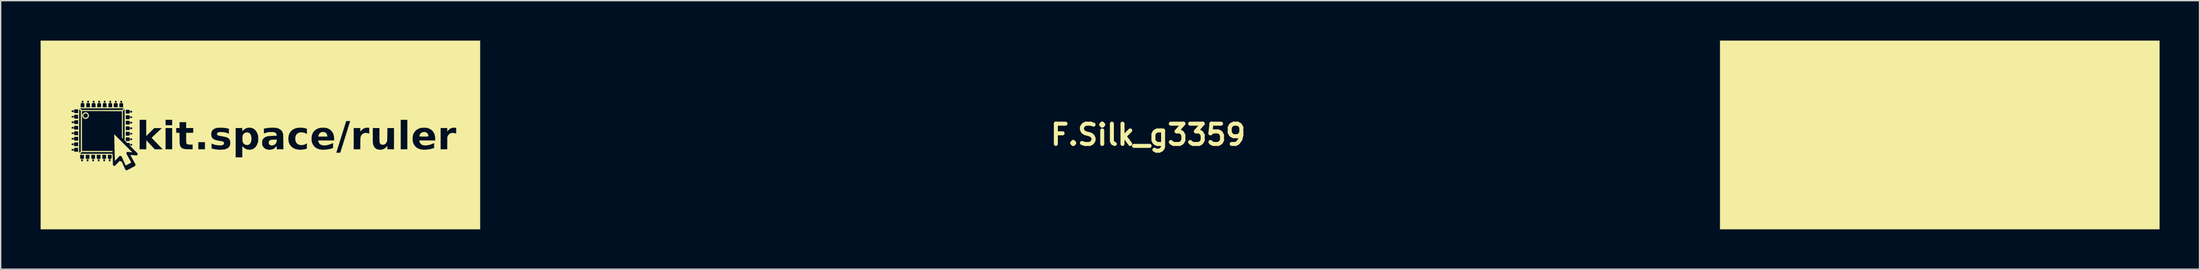
<source format=kicad_pcb>
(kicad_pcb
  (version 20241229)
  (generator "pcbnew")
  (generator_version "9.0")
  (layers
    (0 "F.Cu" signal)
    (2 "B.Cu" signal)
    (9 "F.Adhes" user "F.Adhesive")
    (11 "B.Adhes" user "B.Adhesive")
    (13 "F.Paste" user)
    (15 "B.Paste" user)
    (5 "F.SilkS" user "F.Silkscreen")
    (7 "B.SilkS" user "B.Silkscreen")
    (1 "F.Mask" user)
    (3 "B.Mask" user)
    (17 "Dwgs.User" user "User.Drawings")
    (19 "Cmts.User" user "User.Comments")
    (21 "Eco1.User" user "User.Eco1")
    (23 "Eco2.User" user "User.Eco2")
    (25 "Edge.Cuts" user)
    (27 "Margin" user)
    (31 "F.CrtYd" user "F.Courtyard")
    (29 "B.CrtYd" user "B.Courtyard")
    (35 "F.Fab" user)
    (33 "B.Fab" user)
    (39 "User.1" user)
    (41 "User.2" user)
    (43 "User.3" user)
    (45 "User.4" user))
  (footprint "F.Silk_g3359"
    (layer "F.Cu")
    (at 83.19 7.079)
    (property "Reference" "F.Silk_g3359" (at 0 0 0) (layer "F.SilkS") (effects (font (size 1.524 1.524) (thickness 0.3))))
    (attr through_hole)
    (fp_poly (pts (xy 75.971 7.099) (xy 42.964 7.099) (xy 42.964 -7.074) (xy 75.971 -7.074) (xy 75.971 7.099)) (stroke (width 0.01) (type solid)) (fill yes) (layer "F.SilkS"))
    (fp_poly (pts (xy -61.935 -0.201) (xy -61.875 -0.194) (xy -61.839 -0.183) (xy -61.77 -0.141) (xy -61.715 -0.081) (xy -61.678 -0.005) (xy -61.662 0.064) (xy -61.655 0.127) (xy -62.319 0.127) (xy -62.319 0.091) (xy -62.311 0.05) (xy -62.29 -0.001) (xy -62.262 -0.054) (xy -62.229 -0.101) (xy -62.198 -0.133) (xy -62.158 -0.159) (xy -62.116 -0.182) (xy -62.11 -0.185) (xy -62.062 -0.197) (xy -62.001 -0.202) (xy -61.935 -0.201)) (stroke (width 0.01) (type solid)) (fill yes) (layer "F.SilkS"))
    (fp_poly (pts (xy -65.461 0.453) (xy -65.481 0.553) (xy -65.52 0.639) (xy -65.576 0.707) (xy -65.648 0.757) (xy -65.733 0.787) (xy -65.783 0.794) (xy -65.832 0.794) (xy -65.879 0.79) (xy -65.9 0.786) (xy -65.969 0.754) (xy -66.017 0.708) (xy -66.045 0.646) (xy -66.053 0.58) (xy -66.041 0.515) (xy -66.006 0.46) (xy -65.948 0.415) (xy -65.932 0.406) (xy -65.906 0.394) (xy -65.881 0.386) (xy -65.852 0.38) (xy -65.814 0.376) (xy -65.761 0.373) (xy -65.69 0.371) (xy -65.66 0.37) (xy -65.452 0.366) (xy -65.461 0.453)) (stroke (width 0.01) (type solid)) (fill yes) (layer "F.SilkS"))
    (fp_poly (pts (xy -67.666 -0.174) (xy -67.577 -0.155) (xy -67.502 -0.116) (xy -67.443 -0.056) (xy -67.399 0.023) (xy -67.37 0.123) (xy -67.357 0.243) (xy -67.356 0.292) (xy -67.364 0.416) (xy -67.387 0.523) (xy -67.424 0.612) (xy -67.476 0.681) (xy -67.542 0.731) (xy -67.557 0.738) (xy -67.626 0.758) (xy -67.705 0.762) (xy -67.785 0.75) (xy -67.839 0.731) (xy -67.908 0.686) (xy -67.962 0.62) (xy -68.004 0.532) (xy -68.005 0.529) (xy -68.017 0.477) (xy -68.025 0.406) (xy -68.029 0.325) (xy -68.028 0.242) (xy -68.024 0.162) (xy -68.015 0.095) (xy -68.004 0.054) (xy -67.963 -0.029) (xy -67.906 -0.096) (xy -67.835 -0.144) (xy -67.754 -0.17) (xy -67.666 -0.174) (xy -67.666 -0.174)) (stroke (width 0.01) (type solid)) (fill yes) (layer "F.SilkS"))
    (fp_poly (pts (xy -54.313 -0.201) (xy -54.241 -0.18) (xy -54.228 -0.174) (xy -54.164 -0.127) (xy -54.113 -0.062) (xy -54.08 0.012) (xy -54.077 0.025) (xy -54.069 0.055) (xy -54.065 0.079) (xy -54.067 0.097) (xy -54.076 0.109) (xy -54.097 0.118) (xy -54.132 0.123) (xy -54.182 0.126) (xy -54.252 0.127) (xy -54.343 0.127) (xy -54.399 0.127) (xy -54.487 0.127) (xy -54.567 0.125) (xy -54.634 0.124) (xy -54.686 0.121) (xy -54.719 0.118) (xy -54.73 0.116) (xy -54.731 0.094) (xy -54.723 0.057) (xy -54.706 0.012) (xy -54.685 -0.033) (xy -54.661 -0.072) (xy -54.657 -0.078) (xy -54.618 -0.119) (xy -54.568 -0.156) (xy -54.548 -0.168) (xy -54.475 -0.194) (xy -54.394 -0.205) (xy -54.313 -0.201)) (stroke (width 0.01) (type solid)) (fill yes) (layer "F.SilkS"))
    (fp_poly (pts (xy -79.741 -1.677) (xy -79.677 -1.645) (xy -79.624 -1.597) (xy -79.589 -1.544) (xy -79.569 -1.471) (xy -79.57 -1.4) (xy -79.591 -1.335) (xy -79.629 -1.278) (xy -79.68 -1.234) (xy -79.742 -1.205) (xy -79.812 -1.195) (xy -79.884 -1.206) (xy -79.949 -1.238) (xy -80.001 -1.289) (xy -80.036 -1.354) (xy -80.051 -1.428) (xy -80.052 -1.44) (xy -80.05 -1.455) (xy -79.983 -1.455) (xy -79.978 -1.394) (xy -79.954 -1.342) (xy -79.911 -1.301) (xy -79.854 -1.276) (xy -79.804 -1.27) (xy -79.759 -1.274) (xy -79.725 -1.289) (xy -79.699 -1.309) (xy -79.658 -1.36) (xy -79.639 -1.415) (xy -79.639 -1.472) (xy -79.657 -1.524) (xy -79.692 -1.568) (xy -79.742 -1.599) (xy -79.805 -1.613) (xy -79.814 -1.613) (xy -79.873 -1.601) (xy -79.924 -1.57) (xy -79.962 -1.524) (xy -79.964 -1.519) (xy -79.983 -1.455) (xy -80.05 -1.455) (xy -80.043 -1.511) (xy -80.015 -1.57) (xy -79.967 -1.623) (xy -79.918 -1.656) (xy -79.862 -1.679) (xy -79.809 -1.689) (xy -79.807 -1.689) (xy -79.741 -1.677)) (stroke (width 0.01) (type solid)) (fill yes) (layer "F.SilkS"))
    (fp_poly (pts (xy -77.648 -0.012) (xy -77.622 0.013) (xy -77.581 0.053) (xy -77.526 0.107) (xy -77.459 0.173) (xy -77.381 0.25) (xy -77.293 0.337) (xy -77.197 0.432) (xy -77.094 0.533) (xy -76.986 0.641) (xy -76.983 0.644) (xy -76.312 1.311) (xy -76.424 1.303) (xy -76.488 1.298) (xy -76.553 1.293) (xy -76.607 1.288) (xy -76.615 1.287) (xy -76.693 1.28) (xy -76.726 1.329) (xy -76.746 1.362) (xy -76.757 1.389) (xy -76.759 1.396) (xy -76.753 1.411) (xy -76.736 1.446) (xy -76.709 1.496) (xy -76.675 1.56) (xy -76.634 1.635) (xy -76.588 1.717) (xy -76.575 1.741) (xy -76.528 1.824) (xy -76.486 1.901) (xy -76.449 1.967) (xy -76.42 2.021) (xy -76.4 2.059) (xy -76.391 2.079) (xy -76.391 2.081) (xy -76.401 2.09) (xy -76.43 2.108) (xy -76.473 2.133) (xy -76.525 2.162) (xy -76.583 2.194) (xy -76.641 2.225) (xy -76.695 2.253) (xy -76.742 2.276) (xy -76.777 2.292) (xy -76.794 2.299) (xy -76.795 2.299) (xy -76.802 2.288) (xy -76.819 2.256) (xy -76.843 2.207) (xy -76.873 2.143) (xy -76.907 2.067) (xy -76.945 1.983) (xy -76.955 1.959) (xy -76.994 1.872) (xy -77.03 1.792) (xy -77.061 1.722) (xy -77.088 1.666) (xy -77.107 1.626) (xy -77.118 1.606) (xy -77.119 1.604) (xy -77.14 1.594) (xy -77.175 1.585) (xy -77.191 1.583) (xy -77.248 1.576) (xy -77.419 1.759) (xy -77.472 1.815) (xy -77.52 1.864) (xy -77.559 1.903) (xy -77.586 1.93) (xy -77.6 1.942) (xy -77.6 1.942) (xy -77.605 1.931) (xy -77.608 1.901) (xy -77.61 1.857) (xy -77.61 1.851) (xy -77.61 1.823) (xy -77.611 1.772) (xy -77.613 1.7) (xy -77.615 1.609) (xy -77.618 1.503) (xy -77.621 1.383) (xy -77.625 1.251) (xy -77.628 1.11) (xy -77.633 0.963) (xy -77.635 0.871) (xy -77.639 0.723) (xy -77.643 0.583) (xy -77.647 0.453) (xy -77.65 0.334) (xy -77.652 0.229) (xy -77.654 0.139) (xy -77.656 0.068) (xy -77.657 0.016) (xy -77.657 -0.013) (xy -77.657 -0.02) (xy -77.648 -0.012)) (stroke (width 0.01) (type solid)) (fill yes) (layer "F.SilkS"))
    (fp_poly (pts (xy -50.178 7.099) (xy -83.185 7.099) (xy -83.185 1.901) (xy -80.147 1.901) (xy -80.142 1.951) (xy -80.122 1.987) (xy -80.089 2.004) (xy -80.049 2) (xy -80.035 1.993) (xy -80.02 1.98) (xy -80.012 1.956) (xy -80.01 1.915) (xy -80.01 1.91) (xy -80.01 1.841) (xy -79.731 1.841) (xy -79.731 1.904) (xy -79.728 1.946) (xy -79.719 1.971) (xy -79.702 1.987) (xy -79.677 2.002) (xy -79.661 2.007) (xy -79.641 2) (xy -79.619 1.987) (xy -79.601 1.969) (xy -79.593 1.942) (xy -79.591 1.91) (xy -79.311 1.91) (xy -79.309 1.955) (xy -79.301 1.981) (xy -79.289 1.993) (xy -79.248 2.005) (xy -79.211 1.993) (xy -79.197 1.981) (xy -79.178 1.953) (xy -79.174 1.916) (xy -79.174 1.901) (xy -79.178 1.848) (xy -79.288 1.841) (xy -78.892 1.841) (xy -78.892 1.911) (xy -78.89 1.956) (xy -78.882 1.982) (xy -78.87 1.993) (xy -78.833 2.005) (xy -78.795 1.996) (xy -78.79 1.993) (xy -78.775 1.98) (xy -78.768 1.956) (xy -78.765 1.914) (xy -78.765 1.911) (xy -78.765 1.841) (xy -78.486 1.841) (xy -78.486 1.904) (xy -78.483 1.946) (xy -78.474 1.971) (xy -78.458 1.987) (xy -78.432 2.002) (xy -78.416 2.007) (xy -78.396 2) (xy -78.375 1.987) (xy -78.357 1.969) (xy -78.348 1.942) (xy -78.346 1.904) (xy -78.346 1.841) (xy -78.067 1.841) (xy -78.067 1.911) (xy -78.065 1.956) (xy -78.056 1.982) (xy -78.045 1.993) (xy -78.004 2.005) (xy -77.966 1.993) (xy -77.953 1.981) (xy -77.933 1.949) (xy -77.927 1.9) (xy -77.927 1.899) (xy -77.927 1.841) (xy -78.067 1.841) (xy -78.346 1.841) (xy -78.486 1.841) (xy -78.765 1.841) (xy -78.892 1.841) (xy -79.288 1.841) (xy -79.311 1.84) (xy -79.311 1.91) (xy -79.591 1.91) (xy -79.591 1.904) (xy -79.591 1.841) (xy -79.731 1.841) (xy -80.01 1.841) (xy -80.01 1.84) (xy -80.143 1.848) (xy -80.147 1.901) (xy -83.185 1.901) (xy -83.185 1.636) (xy -80.226 1.636) (xy -80.225 1.699) (xy -80.223 1.742) (xy -80.218 1.769) (xy -80.21 1.786) (xy -80.204 1.793) (xy -80.18 1.811) (xy -80.154 1.822) (xy -80.119 1.825) (xy -80.067 1.824) (xy -80.055 1.824) (xy -80.005 1.82) (xy -79.974 1.813) (xy -79.953 1.801) (xy -79.944 1.79) (xy -79.933 1.773) (xy -79.926 1.751) (xy -79.923 1.717) (xy -79.923 1.666) (xy -79.924 1.633) (xy -79.927 1.505) (xy -80.077 1.501) (xy -80.192 1.499) (xy -79.807 1.499) (xy -79.807 1.643) (xy -79.806 1.71) (xy -79.803 1.756) (xy -79.797 1.786) (xy -79.785 1.804) (xy -79.767 1.815) (xy -79.75 1.82) (xy -79.717 1.825) (xy -79.672 1.825) (xy -79.623 1.822) (xy -79.578 1.816) (xy -79.544 1.809) (xy -79.534 1.804) (xy -79.525 1.791) (xy -79.519 1.767) (xy -79.516 1.727) (xy -79.515 1.668) (xy -79.515 1.643) (xy -79.515 1.499) (xy -79.388 1.499) (xy -79.388 1.643) (xy -79.387 1.715) (xy -79.382 1.766) (xy -79.369 1.799) (xy -79.346 1.817) (xy -79.308 1.825) (xy -79.254 1.825) (xy -79.226 1.824) (xy -79.17 1.819) (xy -79.134 1.806) (xy -79.122 1.798) (xy -79.11 1.785) (xy -79.102 1.767) (xy -79.098 1.74) (xy -79.096 1.698) (xy -79.096 1.636) (xy -79.096 1.636) (xy -78.981 1.636) (xy -78.981 1.699) (xy -78.978 1.742) (xy -78.974 1.769) (xy -78.966 1.786) (xy -78.959 1.793) (xy -78.935 1.811) (xy -78.909 1.822) (xy -78.874 1.825) (xy -78.822 1.824) (xy -78.811 1.824) (xy -78.761 1.82) (xy -78.729 1.813) (xy -78.709 1.801) (xy -78.699 1.79) (xy -78.688 1.773) (xy -78.682 1.751) (xy -78.679 1.717) (xy -78.678 1.666) (xy -78.679 1.633) (xy -78.683 1.505) (xy -78.832 1.501) (xy -78.948 1.499) (xy -78.562 1.499) (xy -78.562 1.792) (xy -78.521 1.811) (xy -78.485 1.82) (xy -78.436 1.825) (xy -78.383 1.824) (xy -78.334 1.819) (xy -78.299 1.809) (xy -78.289 1.804) (xy -78.281 1.791) (xy -78.275 1.767) (xy -78.271 1.727) (xy -78.27 1.668) (xy -78.27 1.643) (xy -78.27 1.499) (xy -78.143 1.499) (xy -78.143 1.643) (xy -78.142 1.71) (xy -78.139 1.757) (xy -78.133 1.787) (xy -78.121 1.805) (xy -78.103 1.815) (xy -78.086 1.82) (xy -78.041 1.826) (xy -77.987 1.827) (xy -77.937 1.823) (xy -77.906 1.815) (xy -77.877 1.801) (xy -77.861 1.787) (xy -77.857 1.768) (xy -77.854 1.731) (xy -77.852 1.679) (xy -77.851 1.635) (xy -77.851 1.499) (xy -78.143 1.499) (xy -78.27 1.499) (xy -78.562 1.499) (xy -78.948 1.499) (xy -78.981 1.498) (xy -78.981 1.636) (xy -79.096 1.636) (xy -79.096 1.499) (xy -79.388 1.499) (xy -79.515 1.499) (xy -79.807 1.499) (xy -80.192 1.499) (xy -80.226 1.498) (xy -80.226 1.636) (xy -83.185 1.636) (xy -83.185 1.435) (xy -80.244 1.435) (xy -77.791 1.435) (xy -77.783 1.628) (xy -77.78 1.713) (xy -77.777 1.806) (xy -77.775 1.897) (xy -77.773 1.974) (xy -77.773 1.98) (xy -77.772 2.051) (xy -77.77 2.121) (xy -77.767 2.182) (xy -77.764 2.221) (xy -77.756 2.302) (xy -77.688 2.328) (xy -77.62 2.354) (xy -77.434 2.16) (xy -77.248 1.966) (xy -77.207 1.989) (xy -77.176 2.004) (xy -77.153 2.004) (xy -77.141 1.998) (xy -77.135 1.994) (xy -77.128 1.992) (xy -77.122 1.996) (xy -77.113 2.005) (xy -77.102 2.024) (xy -77.086 2.053) (xy -77.066 2.095) (xy -77.04 2.151) (xy -77.008 2.224) (xy -76.967 2.316) (xy -76.917 2.429) (xy -76.907 2.451) (xy -76.876 2.52) (xy -76.853 2.57) (xy -76.835 2.604) (xy -76.82 2.626) (xy -76.805 2.64) (xy -76.788 2.65) (xy -76.77 2.657) (xy -76.737 2.67) (xy -76.717 2.678) (xy -76.714 2.679) (xy -76.703 2.674) (xy -76.672 2.658) (xy -76.625 2.633) (xy -76.564 2.601) (xy -76.492 2.564) (xy -76.413 2.522) (xy -76.409 2.52) (xy -76.328 2.477) (xy -76.254 2.438) (xy -76.191 2.404) (xy -76.141 2.376) (xy -76.107 2.357) (xy -76.092 2.348) (xy -76.092 2.348) (xy -76.081 2.329) (xy -76.069 2.296) (xy -76.065 2.284) (xy -76.05 2.233) (xy -76.246 1.883) (xy -76.294 1.798) (xy -76.338 1.719) (xy -76.375 1.651) (xy -76.405 1.595) (xy -76.426 1.555) (xy -76.436 1.532) (xy -76.437 1.528) (xy -76.423 1.527) (xy -76.389 1.528) (xy -76.339 1.531) (xy -76.277 1.534) (xy -76.21 1.539) (xy -76.141 1.544) (xy -76.076 1.549) (xy -76.019 1.555) (xy -76.006 1.556) (xy -75.945 1.563) (xy -75.879 1.419) (xy -76.179 1.119) (xy -76.479 0.819) (xy -76.479 0.743) (xy -76.482 0.686) (xy -76.454 0.686) (xy -76.454 0.826) (xy -76.398 0.826) (xy -76.353 0.82) (xy -76.323 0.807) (xy -76.322 0.806) (xy -76.306 0.776) (xy -76.303 0.739) (xy -76.312 0.707) (xy -76.317 0.701) (xy -76.338 0.692) (xy -76.374 0.687) (xy -76.393 0.686) (xy -76.454 0.686) (xy -76.482 0.686) (xy -76.482 0.683) (xy -76.494 0.644) (xy -76.519 0.621) (xy -76.56 0.611) (xy -76.604 0.61) (xy -76.69 0.61) (xy -76.873 0.425) (xy -76.873 0.191) (xy -76.797 0.191) (xy -76.797 0.483) (xy -76.658 0.483) (xy -76.596 0.482) (xy -76.555 0.481) (xy -76.529 0.477) (xy -76.513 0.47) (xy -76.502 0.458) (xy -76.499 0.454) (xy -76.486 0.419) (xy -76.48 0.362) (xy -76.479 0.337) (xy -76.481 0.279) (xy -76.483 0.267) (xy -76.454 0.267) (xy -76.454 0.406) (xy -76.393 0.406) (xy -76.354 0.403) (xy -76.324 0.396) (xy -76.317 0.391) (xy -76.304 0.363) (xy -76.304 0.326) (xy -76.316 0.293) (xy -76.322 0.287) (xy -76.35 0.273) (xy -76.394 0.267) (xy -76.398 0.267) (xy -76.454 0.267) (xy -76.483 0.267) (xy -76.487 0.239) (xy -76.503 0.213) (xy -76.532 0.199) (xy -76.577 0.192) (xy -76.644 0.191) (xy -76.658 0.191) (xy -76.797 0.191) (xy -76.873 0.191) (xy -76.873 -0.229) (xy -76.797 -0.229) (xy -76.797 0.076) (xy -76.664 0.076) (xy -76.602 0.076) (xy -76.561 0.073) (xy -76.534 0.068) (xy -76.516 0.06) (xy -76.505 0.051) (xy -76.492 0.033) (xy -76.484 0.009) (xy -76.48 -0.028) (xy -76.479 -0.076) (xy -76.481 -0.136) (xy -76.481 -0.14) (xy -76.454 -0.14) (xy -76.454 -0.013) (xy -76.393 -0.013) (xy -76.354 -0.016) (xy -76.324 -0.023) (xy -76.317 -0.028) (xy -76.305 -0.052) (xy -76.302 -0.076) (xy -76.308 -0.11) (xy -76.33 -0.131) (xy -76.371 -0.139) (xy -76.393 -0.14) (xy -76.454 -0.14) (xy -76.481 -0.14) (xy -76.488 -0.177) (xy -76.503 -0.204) (xy -76.532 -0.22) (xy -76.578 -0.227) (xy -76.644 -0.229) (xy -76.664 -0.229) (xy -76.797 -0.229) (xy -76.873 -0.229) (xy -76.873 -0.635) (xy -76.797 -0.635) (xy -76.797 -0.343) (xy -76.658 -0.343) (xy -76.596 -0.343) (xy -76.555 -0.345) (xy -76.529 -0.349) (xy -76.513 -0.356) (xy -76.502 -0.367) (xy -76.499 -0.371) (xy -76.486 -0.406) (xy -76.48 -0.464) (xy -76.479 -0.489) (xy -76.481 -0.547) (xy -76.483 -0.559) (xy -76.454 -0.559) (xy -76.454 -0.419) (xy -76.398 -0.419) (xy -76.353 -0.424) (xy -76.323 -0.438) (xy -76.322 -0.439) (xy -76.306 -0.469) (xy -76.303 -0.506) (xy -76.312 -0.538) (xy -76.317 -0.544) (xy -76.338 -0.553) (xy -76.374 -0.558) (xy -76.393 -0.559) (xy -76.454 -0.559) (xy -76.483 -0.559) (xy -76.487 -0.587) (xy -76.503 -0.612) (xy -76.532 -0.627) (xy -76.577 -0.633) (xy -76.644 -0.635) (xy -76.658 -0.635) (xy -76.797 -0.635) (xy -76.873 -0.635) (xy -76.873 -1.054) (xy -76.797 -1.054) (xy -76.797 -0.762) (xy -76.658 -0.762) (xy -76.596 -0.762) (xy -76.555 -0.764) (xy -76.529 -0.768) (xy -76.513 -0.775) (xy -76.502 -0.786) (xy -76.499 -0.79) (xy -76.486 -0.825) (xy -76.48 -0.883) (xy -76.479 -0.908) (xy -76.481 -0.966) (xy -76.483 -0.978) (xy -76.454 -0.978) (xy -76.454 -0.838) (xy -76.393 -0.838) (xy -76.354 -0.841) (xy -76.324 -0.849) (xy -76.317 -0.853) (xy -76.304 -0.882) (xy -76.304 -0.919) (xy -76.316 -0.952) (xy -76.322 -0.958) (xy -76.35 -0.972) (xy -76.394 -0.978) (xy -76.398 -0.978) (xy -76.454 -0.978) (xy -76.483 -0.978) (xy -76.487 -1.006) (xy -76.503 -1.032) (xy -76.532 -1.046) (xy -76.577 -1.052) (xy -76.644 -1.054) (xy -76.658 -1.054) (xy -76.797 -1.054) (xy -76.873 -1.054) (xy -76.873 -1.13) (xy -75.755 -1.13) (xy -75.755 1.092) (xy -75.248 1.092) (xy -75.241 0.428) (xy -74.931 0.76) (xy -74.621 1.092) (xy -74.01 1.092) (xy -74.081 1.019) (xy -74.106 0.993) (xy -74.146 0.952) (xy -74.199 0.898) (xy -74.262 0.832) (xy -74.333 0.759) (xy -74.41 0.68) (xy -74.489 0.598) (xy -74.496 0.591) (xy -74.573 0.512) (xy -74.643 0.439) (xy -74.706 0.374) (xy -74.759 0.318) (xy -74.8 0.274) (xy -74.828 0.243) (xy -74.841 0.228) (xy -74.841 0.227) (xy -74.832 0.217) (xy -74.807 0.191) (xy -74.766 0.152) (xy -74.713 0.101) (xy -74.649 0.04) (xy -74.577 -0.029) (xy -74.497 -0.105) (xy -74.458 -0.142) (xy -74.075 -0.502) (xy -74.365 -0.505) (xy -74.614 -0.508) (xy -73.812 -0.508) (xy -73.812 1.092) (xy -73.304 1.092) (xy -73.304 -0.508) (xy -73.013 -0.508) (xy -73.006 -0.146) (xy -72.883 -0.142) (xy -72.761 -0.139) (xy -72.755 0.283) (xy -72.753 0.408) (xy -72.75 0.51) (xy -72.748 0.593) (xy -72.744 0.66) (xy -72.738 0.714) (xy -72.731 0.758) (xy -72.722 0.795) (xy -72.711 0.828) (xy -72.697 0.86) (xy -72.685 0.884) (xy -72.657 0.926) (xy -72.622 0.967) (xy -72.613 0.976) (xy -72.57 1.008) (xy -72.522 1.034) (xy -72.466 1.055) (xy -72.399 1.07) (xy -72.317 1.081) (xy -72.217 1.087) (xy -72.097 1.09) (xy -72.031 1.091) (xy -71.768 1.092) (xy -71.768 0.74) (xy -71.952 0.733) (xy -72.041 0.728) (xy -72.108 0.721) (xy -72.157 0.71) (xy -72.191 0.695) (xy -72.214 0.673) (xy -72.23 0.644) (xy -72.234 0.634) (xy -72.239 0.606) (xy -72.243 0.556) (xy -72.244 0.546) (xy -71.349 0.546) (xy -71.349 1.092) (xy -70.841 1.092) (xy -70.841 0.546) (xy -71.349 0.546) (xy -72.244 0.546) (xy -72.246 0.482) (xy -72.248 0.384) (xy -72.249 0.262) (xy -72.25 0.226) (xy -72.25 -0.055) (xy -70.375 -0.055) (xy -70.375 -0.032) (xy -70.369 0.064) (xy -70.35 0.147) (xy -70.318 0.218) (xy -70.27 0.278) (xy -70.205 0.329) (xy -70.122 0.372) (xy -70.018 0.407) (xy -69.892 0.438) (xy -69.743 0.463) (xy -69.739 0.464) (xy -69.654 0.477) (xy -69.59 0.488) (xy -69.543 0.499) (xy -69.508 0.51) (xy -69.482 0.523) (xy -69.459 0.539) (xy -69.447 0.55) (xy -69.425 0.586) (xy -69.418 0.632) (xy -69.426 0.681) (xy -69.444 0.715) (xy -69.477 0.746) (xy -69.523 0.769) (xy -69.583 0.784) (xy -69.663 0.791) (xy -69.748 0.792) (xy -69.917 0.781) (xy -70.074 0.752) (xy -70.228 0.703) (xy -70.251 0.694) (xy -70.359 0.651) (xy -70.355 0.843) (xy -70.352 1.034) (xy -70.231 1.063) (xy -70.076 1.095) (xy -69.929 1.116) (xy -69.78 1.125) (xy -69.64 1.125) (xy -69.544 1.121) (xy -69.468 1.116) (xy -69.405 1.108) (xy -69.35 1.097) (xy -69.34 1.094) (xy -69.221 1.054) (xy -69.123 1.003) (xy -69.048 0.939) (xy -68.992 0.862) (xy -68.957 0.77) (xy -68.939 0.663) (xy -68.939 0.657) (xy -68.94 0.537) (xy -68.961 0.433) (xy -69 0.347) (xy -69.052 0.283) (xy -69.097 0.247) (xy -69.153 0.214) (xy -69.221 0.185) (xy -69.304 0.159) (xy -69.405 0.135) (xy -69.528 0.112) (xy -69.624 0.097) (xy -69.718 0.081) (xy -69.789 0.066) (xy -69.841 0.051) (xy -69.879 0.033) (xy -69.905 0.012) (xy -69.923 -0.014) (xy -69.924 -0.018) (xy -69.934 -0.047) (xy -69.932 -0.075) (xy -69.924 -0.099) (xy -69.905 -0.136) (xy -69.878 -0.162) (xy -69.84 -0.181) (xy -69.786 -0.193) (xy -69.712 -0.199) (xy -69.666 -0.201) (xy -69.488 -0.194) (xy -69.311 -0.164) (xy -69.148 -0.114) (xy -69.102 -0.097) (xy -69.065 -0.084) (xy -69.044 -0.077) (xy -69.041 -0.076) (xy -69.04 -0.088) (xy -69.039 -0.121) (xy -69.038 -0.171) (xy -69.037 -0.232) (xy -69.037 -0.266) (xy -69.037 -0.455) (xy -69.123 -0.475) (xy -69.254 -0.502) (xy -69.292 -0.508) (xy -68.542 -0.508) (xy -68.542 1.702) (xy -68.034 1.702) (xy -68.034 1.36) (xy -60.986 1.36) (xy -60.831 1.356) (xy -60.677 1.353) (xy -60.304 0.165) (xy -60.252 -0.003) (xy -60.202 -0.163) (xy -60.154 -0.316) (xy -60.11 -0.458) (xy -60.094 -0.508) (xy -59.677 -0.508) (xy -59.677 1.092) (xy -59.171 1.092) (xy -59.167 0.645) (xy -59.165 0.517) (xy -59.164 0.412) (xy -59.161 0.327) (xy -59.158 0.259) (xy -59.153 0.204) (xy -59.146 0.16) (xy -59.137 0.124) (xy -59.125 0.093) (xy -59.109 0.064) (xy -59.091 0.034) (xy -59.077 0.015) (xy -59.018 -0.049) (xy -58.943 -0.097) (xy -58.855 -0.126) (xy -58.757 -0.136) (xy -58.667 -0.128) (xy -58.616 -0.117) (xy -58.568 -0.105) (xy -58.538 -0.095) (xy -58.496 -0.077) (xy -58.496 -0.508) (xy -58.242 -0.508) (xy -58.242 0.055) (xy -58.242 0.191) (xy -58.242 0.305) (xy -58.241 0.398) (xy -58.24 0.473) (xy -58.239 0.534) (xy -58.237 0.582) (xy -58.234 0.621) (xy -58.23 0.652) (xy -58.226 0.679) (xy -58.22 0.704) (xy -58.218 0.714) (xy -58.202 0.77) (xy -58.183 0.823) (xy -58.166 0.863) (xy -58.166 0.864) (xy -58.126 0.925) (xy -58.073 0.987) (xy -58.015 1.039) (xy -57.982 1.061) (xy -57.905 1.095) (xy -57.813 1.117) (xy -57.713 1.128) (xy -57.614 1.126) (xy -57.527 1.111) (xy -57.427 1.077) (xy -57.336 1.026) (xy -57.249 0.955) (xy -57.236 0.942) (xy -57.15 0.859) (xy -57.15 1.092) (xy -56.642 1.092) (xy -56.642 -0.508) (xy -57.149 -0.508) (xy -57.153 -0.029) (xy -57.154 0.095) (xy -57.155 0.196) (xy -57.156 0.277) (xy -57.158 0.34) (xy -57.16 0.39) (xy -57.162 0.427) (xy -57.166 0.456) (xy -57.171 0.479) (xy -57.176 0.498) (xy -57.183 0.517) (xy -57.185 0.521) (xy -57.232 0.609) (xy -57.292 0.676) (xy -57.359 0.719) (xy -57.432 0.742) (xy -57.506 0.747) (xy -57.576 0.735) (xy -57.637 0.706) (xy -57.681 0.664) (xy -57.694 0.643) (xy -57.705 0.621) (xy -57.713 0.593) (xy -57.72 0.558) (xy -57.726 0.513) (xy -57.73 0.456) (xy -57.732 0.384) (xy -57.734 0.295) (xy -57.735 0.187) (xy -57.735 0.056) (xy -57.735 -0.003) (xy -57.734 -0.508) (xy -58.242 -0.508) (xy -58.496 -0.508) (xy -58.496 -0.531) (xy -58.578 -0.54) (xy -58.702 -0.541) (xy -58.819 -0.518) (xy -58.929 -0.471) (xy -59.029 -0.401) (xy -59.12 -0.308) (xy -59.128 -0.298) (xy -59.168 -0.248) (xy -59.169 -0.378) (xy -59.169 -0.508) (xy -59.677 -0.508) (xy -60.094 -0.508) (xy -60.069 -0.588) (xy -60.033 -0.705) (xy -60.001 -0.806) (xy -59.975 -0.891) (xy -59.954 -0.958) (xy -59.94 -1.004) (xy -59.933 -1.029) (xy -59.932 -1.032) (xy -59.943 -1.036) (xy -59.976 -1.038) (xy -60.024 -1.039) (xy -60.082 -1.039) (xy -60.085 -1.039) (xy -60.24 -1.035) (xy -60.605 0.133) (xy -60.657 0.3) (xy -60.708 0.46) (xy -60.755 0.612) (xy -60.799 0.754) (xy -60.84 0.885) (xy -60.877 1.002) (xy -60.908 1.104) (xy -60.935 1.189) (xy -60.956 1.256) (xy -60.97 1.303) (xy -60.978 1.327) (xy -60.979 1.331) (xy -60.986 1.36) (xy -68.034 1.36) (xy -68.034 0.866) (xy -67.952 0.948) (xy -67.857 1.027) (xy -67.753 1.083) (xy -67.639 1.117) (xy -67.513 1.128) (xy -67.456 1.127) (xy -67.335 1.107) (xy -67.223 1.065) (xy -67.123 1) (xy -67.035 0.915) (xy -66.961 0.811) (xy -66.9 0.687) (xy -66.875 0.61) (xy -66.554 0.61) (xy -66.554 0.675) (xy -66.551 0.722) (xy -66.546 0.758) (xy -66.537 0.79) (xy -66.522 0.825) (xy -66.518 0.835) (xy -66.473 0.908) (xy -66.412 0.979) (xy -66.342 1.038) (xy -66.296 1.066) (xy -66.194 1.105) (xy -66.079 1.126) (xy -65.957 1.128) (xy -65.833 1.112) (xy -65.74 1.084) (xy -65.658 1.042) (xy -65.58 0.98) (xy -65.544 0.944) (xy -65.509 0.908) (xy -65.481 0.881) (xy -65.464 0.865) (xy -65.461 0.864) (xy -65.459 0.875) (xy -65.457 0.907) (xy -65.456 0.952) (xy -65.456 0.978) (xy -65.456 1.092) (xy -64.946 1.092) (xy -64.951 0.543) (xy -64.952 0.402) (xy -64.954 0.283) (xy -64.955 0.245) (xy -64.579 0.245) (xy -64.578 0.344) (xy -64.571 0.442) (xy -64.559 0.531) (xy -64.541 0.603) (xy -64.541 0.603) (xy -64.487 0.722) (xy -64.413 0.831) (xy -64.32 0.925) (xy -64.213 1.002) (xy -64.107 1.054) (xy -63.966 1.097) (xy -63.812 1.122) (xy -63.652 1.129) (xy -63.491 1.118) (xy -63.438 1.11) (xy -63.376 1.098) (xy -63.316 1.085) (xy -63.266 1.071) (xy -63.254 1.068) (xy -63.189 1.045) (xy -63.182 0.635) (xy -63.243 0.674) (xy -63.336 0.72) (xy -63.442 0.752) (xy -63.554 0.769) (xy -63.663 0.768) (xy -63.703 0.762) (xy -63.806 0.733) (xy -63.892 0.685) (xy -63.96 0.62) (xy -64.01 0.536) (xy -64.042 0.434) (xy -64.055 0.33) (xy -64.055 0.292) (xy -62.843 0.292) (xy -62.841 0.393) (xy -62.834 0.473) (xy -62.822 0.533) (xy -62.775 0.67) (xy -62.709 0.789) (xy -62.625 0.892) (xy -62.522 0.977) (xy -62.402 1.044) (xy -62.264 1.092) (xy -62.147 1.117) (xy -62.077 1.124) (xy -61.989 1.126) (xy -61.89 1.125) (xy -61.786 1.119) (xy -61.686 1.11) (xy -61.594 1.098) (xy -61.538 1.087) (xy -61.47 1.071) (xy -61.4 1.053) (xy -61.338 1.036) (xy -61.309 1.027) (xy -61.22 0.997) (xy -61.217 0.804) (xy -61.213 0.612) (xy -61.344 0.669) (xy -61.49 0.726) (xy -61.632 0.766) (xy -61.768 0.79) (xy -61.894 0.796) (xy -62.009 0.785) (xy -62.109 0.757) (xy -62.142 0.743) (xy -62.213 0.693) (xy -62.27 0.624) (xy -62.31 0.54) (xy -62.326 0.479) (xy -62.334 0.432) (xy -61.134 0.432) (xy -61.142 0.264) (xy -61.146 0.192) (xy -61.153 0.123) (xy -61.161 0.062) (xy -61.17 0.019) (xy -61.17 0.019) (xy -61.218 -0.109) (xy -61.287 -0.224) (xy -61.374 -0.325) (xy -61.48 -0.409) (xy -61.6 -0.474) (xy -61.722 -0.517) (xy -61.786 -0.528) (xy -61.868 -0.536) (xy -61.959 -0.538) (xy -62.053 -0.536) (xy -62.142 -0.53) (xy -62.218 -0.519) (xy -62.228 -0.517) (xy -62.354 -0.478) (xy -62.472 -0.421) (xy -62.576 -0.349) (xy -62.622 -0.307) (xy -62.702 -0.215) (xy -62.762 -0.115) (xy -62.805 -0.006) (xy -62.831 0.118) (xy -62.842 0.258) (xy -62.843 0.292) (xy -64.055 0.292) (xy -64.053 0.208) (xy -64.031 0.102) (xy -63.989 0.011) (xy -63.926 -0.065) (xy -63.843 -0.126) (xy -63.824 -0.137) (xy -63.785 -0.154) (xy -63.746 -0.165) (xy -63.696 -0.172) (xy -63.642 -0.175) (xy -63.533 -0.175) (xy -63.438 -0.161) (xy -63.346 -0.133) (xy -63.277 -0.101) (xy -63.182 -0.054) (xy -63.182 -0.456) (xy -63.263 -0.481) (xy -63.426 -0.52) (xy -63.594 -0.54) (xy -63.761 -0.539) (xy -63.923 -0.519) (xy -64.046 -0.488) (xy -64.177 -0.434) (xy -64.291 -0.361) (xy -64.389 -0.27) (xy -64.468 -0.162) (xy -64.528 -0.04) (xy -64.561 0.072) (xy -64.573 0.152) (xy -64.579 0.245) (xy -64.955 0.245) (xy -64.956 0.184) (xy -64.959 0.103) (xy -64.962 0.037) (xy -64.967 -0.018) (xy -64.974 -0.063) (xy -64.982 -0.101) (xy -64.993 -0.136) (xy -65.005 -0.169) (xy -65.021 -0.203) (xy -65.032 -0.225) (xy -65.087 -0.31) (xy -65.163 -0.384) (xy -65.258 -0.445) (xy -65.371 -0.492) (xy -65.463 -0.517) (xy -65.565 -0.532) (xy -65.687 -0.539) (xy -65.823 -0.539) (xy -65.968 -0.531) (xy -66.118 -0.517) (xy -66.266 -0.495) (xy -66.31 -0.487) (xy -66.421 -0.466) (xy -66.421 -0.276) (xy -66.421 -0.203) (xy -66.42 -0.152) (xy -66.418 -0.119) (xy -66.414 -0.101) (xy -66.409 -0.094) (xy -66.401 -0.094) (xy -66.399 -0.095) (xy -66.301 -0.133) (xy -66.217 -0.16) (xy -66.139 -0.18) (xy -66.125 -0.183) (xy -66.061 -0.193) (xy -65.983 -0.199) (xy -65.897 -0.203) (xy -65.811 -0.202) (xy -65.734 -0.199) (xy -65.672 -0.192) (xy -65.66 -0.19) (xy -65.582 -0.163) (xy -65.523 -0.121) (xy -65.483 -0.064) (xy -65.465 0.004) (xy -65.465 0.015) (xy -65.462 0.07) (xy -65.761 0.078) (xy -65.863 0.081) (xy -65.944 0.084) (xy -66.007 0.088) (xy -66.059 0.093) (xy -66.101 0.099) (xy -66.139 0.107) (xy -66.158 0.112) (xy -66.279 0.154) (xy -66.378 0.209) (xy -66.455 0.277) (xy -66.51 0.359) (xy -66.525 0.391) (xy -66.538 0.429) (xy -66.547 0.467) (xy -66.552 0.512) (xy -66.554 0.571) (xy -66.554 0.61) (xy -66.875 0.61) (xy -66.863 0.573) (xy -66.847 0.493) (xy -66.838 0.396) (xy -66.835 0.291) (xy -66.838 0.186) (xy -66.848 0.089) (xy -66.864 0.009) (xy -66.913 -0.128) (xy -66.984 -0.254) (xy -67.058 -0.349) (xy -67.147 -0.428) (xy -67.248 -0.487) (xy -67.356 -0.525) (xy -67.47 -0.542) (xy -67.585 -0.538) (xy -67.698 -0.513) (xy -67.806 -0.468) (xy -67.906 -0.401) (xy -67.959 -0.353) (xy -68.034 -0.277) (xy -68.034 -0.508) (xy -68.542 -0.508) (xy -69.292 -0.508) (xy -69.372 -0.521) (xy -69.489 -0.532) (xy -69.614 -0.537) (xy -69.679 -0.537) (xy -69.766 -0.536) (xy -69.833 -0.534) (xy -69.887 -0.53) (xy -69.932 -0.524) (xy -69.975 -0.515) (xy -69.992 -0.511) (xy -70.089 -0.479) (xy -70.168 -0.442) (xy -70.232 -0.396) (xy -70.274 -0.355) (xy -70.32 -0.294) (xy -70.351 -0.227) (xy -70.369 -0.149) (xy -70.375 -0.055) (xy -72.25 -0.055) (xy -72.25 -0.139) (xy -71.987 -0.143) (xy -71.723 -0.146) (xy -71.72 -0.327) (xy -71.716 -0.508) (xy -72.25 -0.508) (xy -72.25 -0.953) (xy -72.758 -0.953) (xy -72.758 -0.508) (xy -73.013 -0.508) (xy -73.304 -0.508) (xy -73.812 -0.508) (xy -74.614 -0.508) (xy -74.656 -0.508) (xy -74.952 -0.213) (xy -75.248 0.082) (xy -75.248 -1.13) (xy -73.812 -1.13) (xy -73.812 -0.929) (xy -73.812 -0.86) (xy -73.81 -0.8) (xy -73.808 -0.754) (xy -73.806 -0.726) (xy -73.804 -0.72) (xy -73.789 -0.717) (xy -73.753 -0.715) (xy -73.7 -0.713) (xy -73.633 -0.712) (xy -73.557 -0.711) (xy -73.55 -0.711) (xy -73.304 -0.711) (xy -73.304 -1.13) (xy -56.147 -1.13) (xy -56.147 1.092) (xy -55.639 1.092) (xy -55.639 0.278) (xy -55.251 0.278) (xy -55.25 0.371) (xy -55.243 0.457) (xy -55.233 0.528) (xy -55.229 0.546) (xy -55.184 0.669) (xy -55.121 0.783) (xy -55.041 0.884) (xy -54.948 0.966) (xy -54.904 0.996) (xy -54.825 1.036) (xy -54.731 1.073) (xy -54.633 1.101) (xy -54.559 1.116) (xy -54.481 1.124) (xy -54.386 1.126) (xy -54.281 1.124) (xy -54.173 1.118) (xy -54.068 1.107) (xy -53.975 1.093) (xy -53.95 1.088) (xy -53.88 1.072) (xy -53.81 1.054) (xy -53.748 1.037) (xy -53.715 1.026) (xy -53.626 0.996) (xy -53.622 0.803) (xy -53.622 0.736) (xy -53.622 0.679) (xy -53.624 0.637) (xy -53.627 0.613) (xy -53.629 0.61) (xy -53.646 0.616) (xy -53.664 0.627) (xy -53.702 0.648) (xy -53.758 0.673) (xy -53.825 0.7) (xy -53.896 0.726) (xy -53.966 0.749) (xy -54.02 0.764) (xy -54.114 0.781) (xy -54.215 0.791) (xy -54.313 0.793) (xy -54.403 0.787) (xy -54.477 0.773) (xy -54.486 0.77) (xy -54.571 0.729) (xy -54.642 0.67) (xy -54.695 0.595) (xy -54.727 0.508) (xy -54.732 0.483) (xy -54.74 0.432) (xy -53.543 0.432) (xy -53.543 0.323) (xy -53.553 0.161) (xy -53.583 0.014) (xy -53.632 -0.118) (xy -53.7 -0.233) (xy -53.787 -0.332) (xy -53.893 -0.413) (xy -54.016 -0.477) (xy -54.106 -0.508) (xy -53.15 -0.508) (xy -53.15 1.092) (xy -52.643 1.092) (xy -52.635 0.171) (xy -52.599 0.094) (xy -52.547 0.006) (xy -52.479 -0.061) (xy -52.407 -0.103) (xy -52.342 -0.123) (xy -52.262 -0.132) (xy -52.177 -0.131) (xy -52.094 -0.119) (xy -52.041 -0.104) (xy -51.968 -0.078) (xy -51.968 -0.531) (xy -52.053 -0.54) (xy -52.139 -0.542) (xy -52.234 -0.53) (xy -52.326 -0.508) (xy -52.397 -0.481) (xy -52.44 -0.454) (xy -52.491 -0.413) (xy -52.544 -0.366) (xy -52.589 -0.318) (xy -52.619 -0.279) (xy -52.629 -0.266) (xy -52.635 -0.264) (xy -52.638 -0.276) (xy -52.64 -0.305) (xy -52.641 -0.355) (xy -52.641 -0.378) (xy -52.642 -0.508) (xy -53.15 -0.508) (xy -54.106 -0.508) (xy -54.13 -0.516) (xy -54.197 -0.529) (xy -54.282 -0.537) (xy -54.377 -0.539) (xy -54.474 -0.536) (xy -54.566 -0.528) (xy -54.645 -0.515) (xy -54.665 -0.51) (xy -54.802 -0.461) (xy -54.924 -0.393) (xy -55.029 -0.307) (xy -55.115 -0.204) (xy -55.183 -0.085) (xy -55.227 0.039) (xy -55.24 0.104) (xy -55.248 0.187) (xy -55.251 0.278) (xy -55.639 0.278) (xy -55.639 -1.13) (xy -56.147 -1.13) (xy -73.304 -1.13) (xy -73.812 -1.13) (xy -75.248 -1.13) (xy -75.755 -1.13) (xy -76.873 -1.13) (xy -76.873 -1.473) (xy -76.797 -1.473) (xy -76.797 -1.168) (xy -76.664 -1.168) (xy -76.602 -1.169) (xy -76.561 -1.171) (xy -76.534 -1.176) (xy -76.516 -1.184) (xy -76.505 -1.194) (xy -76.492 -1.211) (xy -76.484 -1.235) (xy -76.48 -1.272) (xy -76.479 -1.321) (xy -76.481 -1.38) (xy -76.481 -1.384) (xy -76.454 -1.384) (xy -76.454 -1.257) (xy -76.393 -1.257) (xy -76.354 -1.26) (xy -76.324 -1.268) (xy -76.317 -1.273) (xy -76.305 -1.296) (xy -76.302 -1.321) (xy -76.308 -1.355) (xy -76.33 -1.375) (xy -76.371 -1.384) (xy -76.393 -1.384) (xy -76.454 -1.384) (xy -76.481 -1.384) (xy -76.488 -1.422) (xy -76.503 -1.449) (xy -76.532 -1.464) (xy -76.578 -1.471) (xy -76.644 -1.473) (xy -76.664 -1.473) (xy -76.797 -1.473) (xy -76.873 -1.473) (xy -76.873 -1.88) (xy -76.797 -1.88) (xy -76.797 -1.587) (xy -76.658 -1.587) (xy -76.596 -1.588) (xy -76.555 -1.59) (xy -76.529 -1.594) (xy -76.513 -1.601) (xy -76.502 -1.612) (xy -76.499 -1.616) (xy -76.486 -1.651) (xy -76.48 -1.708) (xy -76.479 -1.734) (xy -76.481 -1.791) (xy -76.483 -1.803) (xy -76.454 -1.803) (xy -76.454 -1.664) (xy -76.398 -1.664) (xy -76.353 -1.669) (xy -76.323 -1.682) (xy -76.322 -1.684) (xy -76.306 -1.713) (xy -76.303 -1.751) (xy -76.312 -1.782) (xy -76.317 -1.788) (xy -76.338 -1.797) (xy -76.374 -1.803) (xy -76.393 -1.803) (xy -76.454 -1.803) (xy -76.483 -1.803) (xy -76.487 -1.831) (xy -76.503 -1.857) (xy -76.532 -1.872) (xy -76.577 -1.878) (xy -76.644 -1.88) (xy -76.658 -1.88) (xy -76.797 -1.88) (xy -76.873 -1.88) (xy -76.873 -1.936) (xy -76.943 -1.867) (xy -77.013 -1.798) (xy -77.013 0.284) (xy -77.045 0.254) (xy -77.076 0.224) (xy -77.076 -1.774) (xy -77.981 -1.782) (xy -78.152 -1.784) (xy -78.331 -1.785) (xy -78.516 -1.786) (xy -78.7 -1.788) (xy -78.881 -1.789) (xy -79.054 -1.79) (xy -79.214 -1.79) (xy -79.357 -1.791) (xy -79.48 -1.791) (xy -79.486 -1.791) (xy -80.086 -1.791) (xy -80.086 1.219) (xy -77.8 1.219) (xy -77.8 1.295) (xy -80.106 1.295) (xy -80.175 1.365) (xy -80.244 1.435) (xy -83.185 1.435) (xy -83.185 1.133) (xy -80.872 1.133) (xy -80.861 1.169) (xy -80.832 1.194) (xy -80.786 1.204) (xy -80.768 1.204) (xy -80.715 1.2) (xy -80.711 1.134) (xy -80.696 1.134) (xy -80.692 1.189) (xy -80.68 1.236) (xy -80.663 1.263) (xy -80.647 1.272) (xy -80.621 1.278) (xy -80.578 1.282) (xy -80.515 1.283) (xy -80.504 1.283) (xy -80.365 1.283) (xy -80.372 0.984) (xy -80.5 0.981) (xy -80.561 0.98) (xy -80.602 0.981) (xy -80.63 0.986) (xy -80.649 0.994) (xy -80.657 1.001) (xy -80.678 1.031) (xy -80.691 1.078) (xy -80.696 1.134) (xy -80.711 1.134) (xy -80.711 1.133) (xy -80.707 1.067) (xy -80.777 1.067) (xy -80.821 1.069) (xy -80.846 1.076) (xy -80.86 1.09) (xy -80.86 1.091) (xy -80.872 1.133) (xy -83.185 1.133) (xy -83.185 0.715) (xy -80.874 0.715) (xy -80.863 0.753) (xy -80.831 0.777) (xy -80.78 0.787) (xy -80.77 0.787) (xy -80.709 0.787) (xy -80.709 0.718) (xy -80.689 0.718) (xy -80.689 0.775) (xy -80.684 0.815) (xy -80.671 0.841) (xy -80.647 0.855) (xy -80.606 0.862) (xy -80.546 0.864) (xy -80.51 0.864) (xy -80.366 0.864) (xy -80.366 0.572) (xy -80.51 0.572) (xy -80.581 0.572) (xy -80.63 0.576) (xy -80.661 0.586) (xy -80.679 0.606) (xy -80.687 0.639) (xy -80.689 0.688) (xy -80.689 0.718) (xy -80.709 0.718) (xy -80.709 0.648) (xy -80.768 0.648) (xy -80.821 0.655) (xy -80.857 0.676) (xy -80.873 0.708) (xy -80.874 0.715) (xy -83.185 0.715) (xy -83.185 0.305) (xy -80.87 0.305) (xy -80.862 0.342) (xy -80.849 0.358) (xy -80.827 0.366) (xy -80.789 0.368) (xy -80.777 0.368) (xy -80.707 0.368) (xy -80.711 0.302) (xy -80.712 0.283) (xy -80.695 0.283) (xy -80.693 0.334) (xy -80.687 0.382) (xy -80.676 0.417) (xy -80.671 0.425) (xy -80.658 0.434) (xy -80.634 0.44) (xy -80.596 0.443) (xy -80.538 0.444) (xy -80.51 0.445) (xy -80.366 0.445) (xy -80.366 0.152) (xy -80.504 0.152) (xy -80.574 0.153) (xy -80.622 0.158) (xy -80.654 0.167) (xy -80.673 0.184) (xy -80.685 0.21) (xy -80.69 0.236) (xy -80.695 0.283) (xy -80.712 0.283) (xy -80.715 0.235) (xy -80.762 0.231) (xy -80.801 0.232) (xy -80.832 0.24) (xy -80.835 0.241) (xy -80.861 0.268) (xy -80.87 0.305) (xy -83.185 0.305) (xy -83.185 -0.11) (xy -80.871 -0.11) (xy -80.863 -0.083) (xy -80.852 -0.064) (xy -80.835 -0.055) (xy -80.804 -0.051) (xy -80.779 -0.051) (xy -80.709 -0.051) (xy -80.709 -0.117) (xy -80.689 -0.117) (xy -80.688 -0.057) (xy -80.682 -0.015) (xy -80.666 0.013) (xy -80.638 0.029) (xy -80.593 0.036) (xy -80.528 0.038) (xy -80.503 0.038) (xy -80.365 0.038) (xy -80.372 -0.26) (xy -80.5 -0.264) (xy -80.561 -0.265) (xy -80.602 -0.264) (xy -80.629 -0.259) (xy -80.648 -0.251) (xy -80.659 -0.243) (xy -80.674 -0.228) (xy -80.683 -0.21) (xy -80.688 -0.182) (xy -80.689 -0.137) (xy -80.689 -0.117) (xy -80.709 -0.117) (xy -80.709 -0.178) (xy -80.779 -0.178) (xy -80.82 -0.176) (xy -80.844 -0.171) (xy -80.857 -0.157) (xy -80.863 -0.146) (xy -80.871 -0.11) (xy -83.185 -0.11) (xy -83.185 -0.279) (xy -80.302 -0.279) (xy -80.302 1.373) (xy -80.232 1.312) (xy -80.163 1.251) (xy -80.163 -0.279) (xy -80.162 -1.809) (xy -80.222 -1.87) (xy -80.254 -1.9) (xy -80.279 -1.922) (xy -80.292 -1.93) (xy -80.293 -1.918) (xy -80.295 -1.882) (xy -80.296 -1.823) (xy -80.297 -1.743) (xy -80.298 -1.644) (xy -80.299 -1.527) (xy -80.299 -1.393) (xy -80.3 -1.245) (xy -80.301 -1.083) (xy -80.301 -0.909) (xy -80.302 -0.724) (xy -80.302 -0.531) (xy -80.302 -0.33) (xy -80.302 -0.279) (xy -83.185 -0.279) (xy -83.185 -0.529) (xy -80.874 -0.529) (xy -80.863 -0.492) (xy -80.831 -0.467) (xy -80.78 -0.457) (xy -80.77 -0.457) (xy -80.709 -0.457) (xy -80.709 -0.527) (xy -80.689 -0.527) (xy -80.689 -0.47) (xy -80.684 -0.43) (xy -80.671 -0.404) (xy -80.647 -0.389) (xy -80.606 -0.383) (xy -80.546 -0.381) (xy -80.51 -0.381) (xy -80.366 -0.381) (xy -80.366 -0.673) (xy -80.51 -0.673) (xy -80.581 -0.673) (xy -80.63 -0.669) (xy -80.661 -0.658) (xy -80.679 -0.638) (xy -80.687 -0.605) (xy -80.689 -0.556) (xy -80.689 -0.527) (xy -80.709 -0.527) (xy -80.709 -0.597) (xy -80.768 -0.597) (xy -80.821 -0.59) (xy -80.857 -0.569) (xy -80.873 -0.537) (xy -80.874 -0.529) (xy -83.185 -0.529) (xy -83.185 -0.939) (xy -80.87 -0.939) (xy -80.862 -0.903) (xy -80.849 -0.887) (xy -80.827 -0.879) (xy -80.789 -0.876) (xy -80.777 -0.876) (xy -80.707 -0.876) (xy -80.711 -0.943) (xy -80.712 -0.962) (xy -80.695 -0.962) (xy -80.693 -0.91) (xy -80.687 -0.863) (xy -80.676 -0.828) (xy -80.671 -0.82) (xy -80.658 -0.811) (xy -80.634 -0.805) (xy -80.596 -0.802) (xy -80.538 -0.8) (xy -80.51 -0.8) (xy -80.366 -0.8) (xy -80.366 -1.092) (xy -80.504 -1.092) (xy -80.574 -1.091) (xy -80.622 -1.087) (xy -80.654 -1.077) (xy -80.673 -1.061) (xy -80.685 -1.035) (xy -80.69 -1.009) (xy -80.695 -0.962) (xy -80.712 -0.962) (xy -80.715 -1.01) (xy -80.762 -1.014) (xy -80.801 -1.013) (xy -80.832 -1.005) (xy -80.835 -1.004) (xy -80.861 -0.977) (xy -80.87 -0.939) (xy -83.185 -0.939) (xy -83.185 -1.355) (xy -80.871 -1.355) (xy -80.863 -1.327) (xy -80.852 -1.309) (xy -80.835 -1.299) (xy -80.804 -1.296) (xy -80.779 -1.295) (xy -80.709 -1.295) (xy -80.709 -1.361) (xy -80.689 -1.361) (xy -80.688 -1.301) (xy -80.682 -1.259) (xy -80.666 -1.232) (xy -80.638 -1.216) (xy -80.593 -1.209) (xy -80.528 -1.207) (xy -80.503 -1.206) (xy -80.365 -1.206) (xy -80.372 -1.505) (xy -80.5 -1.509) (xy -80.561 -1.51) (xy -80.602 -1.508) (xy -80.629 -1.504) (xy -80.648 -1.495) (xy -80.659 -1.487) (xy -80.674 -1.473) (xy -80.683 -1.454) (xy -80.688 -1.426) (xy -80.689 -1.382) (xy -80.689 -1.361) (xy -80.709 -1.361) (xy -80.709 -1.422) (xy -80.779 -1.422) (xy -80.82 -1.421) (xy -80.844 -1.415) (xy -80.857 -1.402) (xy -80.863 -1.391) (xy -80.871 -1.355) (xy -83.185 -1.355) (xy -83.185 -1.775) (xy -80.874 -1.775) (xy -80.863 -1.737) (xy -80.831 -1.712) (xy -80.78 -1.702) (xy -80.77 -1.702) (xy -80.709 -1.702) (xy -80.709 -1.772) (xy -80.689 -1.772) (xy -80.689 -1.714) (xy -80.684 -1.674) (xy -80.671 -1.648) (xy -80.647 -1.634) (xy -80.606 -1.627) (xy -80.546 -1.626) (xy -80.51 -1.626) (xy -80.366 -1.626) (xy -80.366 -1.918) (xy -80.51 -1.918) (xy -80.581 -1.917) (xy -80.63 -1.913) (xy -80.661 -1.903) (xy -80.679 -1.883) (xy -80.687 -1.85) (xy -80.689 -1.801) (xy -80.689 -1.772) (xy -80.709 -1.772) (xy -80.709 -1.841) (xy -80.771 -1.841) (xy -80.826 -1.835) (xy -80.861 -1.814) (xy -80.873 -1.78) (xy -80.874 -1.775) (xy -83.185 -1.775) (xy -83.185 -1.994) (xy -80.244 -1.994) (xy -80.175 -1.924) (xy -80.106 -1.854) (xy -77.056 -1.854) (xy -76.987 -1.924) (xy -76.918 -1.994) (xy -80.244 -1.994) (xy -83.185 -1.994) (xy -83.185 -2.203) (xy -80.188 -2.203) (xy -80.188 -2.057) (xy -79.896 -2.057) (xy -79.896 -2.203) (xy -79.769 -2.203) (xy -79.769 -2.057) (xy -79.477 -2.057) (xy -79.477 -2.167) (xy -79.362 -2.167) (xy -79.361 -2.119) (xy -79.359 -2.086) (xy -79.358 -2.076) (xy -79.349 -2.068) (xy -79.33 -2.062) (xy -79.295 -2.059) (xy -79.241 -2.058) (xy -79.204 -2.057) (xy -79.058 -2.057) (xy -79.058 -2.197) (xy -78.943 -2.197) (xy -78.943 -2.057) (xy -78.645 -2.064) (xy -78.645 -2.203) (xy -78.524 -2.203) (xy -78.524 -2.057) (xy -78.232 -2.057) (xy -78.232 -2.203) (xy -78.232 -2.209) (xy -78.105 -2.209) (xy -78.105 -2.057) (xy -77.813 -2.057) (xy -77.813 -2.203) (xy -77.813 -2.206) (xy -77.699 -2.206) (xy -77.698 -2.15) (xy -77.696 -2.104) (xy -77.692 -2.074) (xy -77.69 -2.065) (xy -77.674 -2.062) (xy -77.639 -2.06) (xy -77.589 -2.059) (xy -77.541 -2.06) (xy -77.4 -2.064) (xy -77.4 -2.203) (xy -77.279 -2.203) (xy -77.279 -2.057) (xy -76.987 -2.057) (xy -76.987 -2.203) (xy -76.988 -2.275) (xy -76.993 -2.325) (xy -77.005 -2.358) (xy -77.027 -2.376) (xy -77.062 -2.385) (xy -77.113 -2.388) (xy -77.133 -2.388) (xy -77.19 -2.386) (xy -77.23 -2.38) (xy -77.256 -2.365) (xy -77.271 -2.338) (xy -77.278 -2.293) (xy -77.279 -2.229) (xy -77.279 -2.203) (xy -77.4 -2.203) (xy -77.4 -2.208) (xy -77.401 -2.278) (xy -77.405 -2.328) (xy -77.417 -2.359) (xy -77.438 -2.377) (xy -77.472 -2.385) (xy -77.523 -2.388) (xy -77.549 -2.388) (xy -77.607 -2.386) (xy -77.648 -2.379) (xy -77.675 -2.363) (xy -77.69 -2.333) (xy -77.697 -2.286) (xy -77.699 -2.219) (xy -77.699 -2.206) (xy -77.813 -2.206) (xy -77.814 -2.275) (xy -77.819 -2.325) (xy -77.831 -2.358) (xy -77.853 -2.376) (xy -77.888 -2.385) (xy -77.939 -2.388) (xy -77.963 -2.388) (xy -78.019 -2.387) (xy -78.058 -2.383) (xy -78.083 -2.371) (xy -78.097 -2.347) (xy -78.103 -2.308) (xy -78.105 -2.25) (xy -78.105 -2.209) (xy -78.232 -2.209) (xy -78.233 -2.275) (xy -78.238 -2.325) (xy -78.25 -2.358) (xy -78.272 -2.376) (xy -78.306 -2.385) (xy -78.357 -2.388) (xy -78.378 -2.388) (xy -78.435 -2.386) (xy -78.475 -2.38) (xy -78.5 -2.365) (xy -78.515 -2.338) (xy -78.522 -2.293) (xy -78.524 -2.229) (xy -78.524 -2.203) (xy -78.645 -2.203) (xy -78.645 -2.208) (xy -78.645 -2.278) (xy -78.65 -2.328) (xy -78.661 -2.359) (xy -78.682 -2.377) (xy -78.717 -2.385) (xy -78.768 -2.388) (xy -78.793 -2.388) (xy -78.851 -2.386) (xy -78.891 -2.38) (xy -78.918 -2.364) (xy -78.933 -2.336) (xy -78.941 -2.292) (xy -78.943 -2.227) (xy -78.943 -2.197) (xy -79.058 -2.197) (xy -79.058 -2.197) (xy -79.059 -2.27) (xy -79.064 -2.322) (xy -79.076 -2.356) (xy -79.098 -2.375) (xy -79.133 -2.385) (xy -79.184 -2.387) (xy -79.207 -2.388) (xy -79.268 -2.386) (xy -79.309 -2.38) (xy -79.335 -2.365) (xy -79.35 -2.337) (xy -79.357 -2.291) (xy -79.36 -2.224) (xy -79.36 -2.223) (xy -79.362 -2.167) (xy -79.477 -2.167) (xy -79.477 -2.203) (xy -79.478 -2.275) (xy -79.482 -2.325) (xy -79.494 -2.358) (xy -79.516 -2.376) (xy -79.551 -2.385) (xy -79.602 -2.388) (xy -79.623 -2.388) (xy -79.679 -2.386) (xy -79.719 -2.38) (xy -79.745 -2.365) (xy -79.76 -2.338) (xy -79.767 -2.293) (xy -79.769 -2.229) (xy -79.769 -2.203) (xy -79.896 -2.203) (xy -79.896 -2.209) (xy -79.896 -2.28) (xy -79.9 -2.329) (xy -79.909 -2.36) (xy -79.928 -2.378) (xy -79.959 -2.385) (xy -80.005 -2.388) (xy -80.038 -2.388) (xy -80.096 -2.386) (xy -80.137 -2.38) (xy -80.164 -2.366) (xy -80.179 -2.339) (xy -80.186 -2.295) (xy -80.188 -2.231) (xy -80.188 -2.203) (xy -83.185 -2.203) (xy -83.185 -2.469) (xy -80.112 -2.469) (xy -80.112 -2.413) (xy -79.972 -2.413) (xy -79.972 -2.474) (xy -79.692 -2.474) (xy -79.692 -2.413) (xy -79.553 -2.413) (xy -79.553 -2.465) (xy -79.554 -2.474) (xy -79.273 -2.474) (xy -79.273 -2.413) (xy -79.134 -2.413) (xy -78.87 -2.413) (xy -78.727 -2.413) (xy -78.727 -2.474) (xy -78.448 -2.474) (xy -78.448 -2.413) (xy -78.308 -2.413) (xy -78.308 -2.474) (xy -78.029 -2.474) (xy -78.029 -2.413) (xy -77.886 -2.413) (xy -77.892 -2.474) (xy -77.61 -2.474) (xy -77.61 -2.413) (xy -77.483 -2.413) (xy -77.483 -2.465) (xy -77.203 -2.465) (xy -77.203 -2.413) (xy -77.064 -2.413) (xy -77.064 -2.474) (xy -77.068 -2.523) (xy -77.083 -2.551) (xy -77.111 -2.564) (xy -77.136 -2.565) (xy -77.171 -2.558) (xy -77.193 -2.534) (xy -77.202 -2.491) (xy -77.203 -2.465) (xy -77.483 -2.465) (xy -77.483 -2.474) (xy -77.487 -2.523) (xy -77.502 -2.552) (xy -77.531 -2.564) (xy -77.546 -2.565) (xy -77.58 -2.559) (xy -77.601 -2.537) (xy -77.609 -2.496) (xy -77.61 -2.474) (xy -77.892 -2.474) (xy -77.892 -2.478) (xy -77.901 -2.525) (xy -77.917 -2.552) (xy -77.946 -2.564) (xy -77.966 -2.565) (xy -78 -2.559) (xy -78.02 -2.537) (xy -78.028 -2.496) (xy -78.029 -2.474) (xy -78.308 -2.474) (xy -78.312 -2.523) (xy -78.327 -2.551) (xy -78.356 -2.564) (xy -78.378 -2.565) (xy -78.415 -2.56) (xy -78.437 -2.54) (xy -78.447 -2.503) (xy -78.448 -2.474) (xy -78.727 -2.474) (xy -78.732 -2.523) (xy -78.747 -2.552) (xy -78.775 -2.564) (xy -78.79 -2.565) (xy -78.826 -2.56) (xy -78.849 -2.541) (xy -78.861 -2.504) (xy -78.864 -2.478) (xy -78.87 -2.413) (xy -79.134 -2.413) (xy -79.134 -2.461) (xy -79.142 -2.513) (xy -79.164 -2.548) (xy -79.199 -2.565) (xy -79.208 -2.565) (xy -79.243 -2.559) (xy -79.264 -2.538) (xy -79.273 -2.498) (xy -79.273 -2.474) (xy -79.554 -2.474) (xy -79.558 -2.518) (xy -79.574 -2.55) (xy -79.603 -2.564) (xy -79.621 -2.565) (xy -79.659 -2.56) (xy -79.681 -2.541) (xy -79.691 -2.505) (xy -79.692 -2.474) (xy -79.972 -2.474) (xy -79.976 -2.523) (xy -79.991 -2.552) (xy -80.02 -2.564) (xy -80.037 -2.565) (xy -80.077 -2.556) (xy -80.102 -2.527) (xy -80.111 -2.478) (xy -80.112 -2.469) (xy -83.185 -2.469) (xy -83.185 -7.074) (xy -50.178 -7.074) (xy -50.178 7.099)) (stroke (width 0.01) (type solid)) (fill yes) (layer "F.SilkS")))
  (gr_rect
    (start -3 -3)
    (end 162.166 17.183)
    (stroke (width 0.1) (type default))
    (fill no)
    (layer "Edge.Cuts")))
</source>
